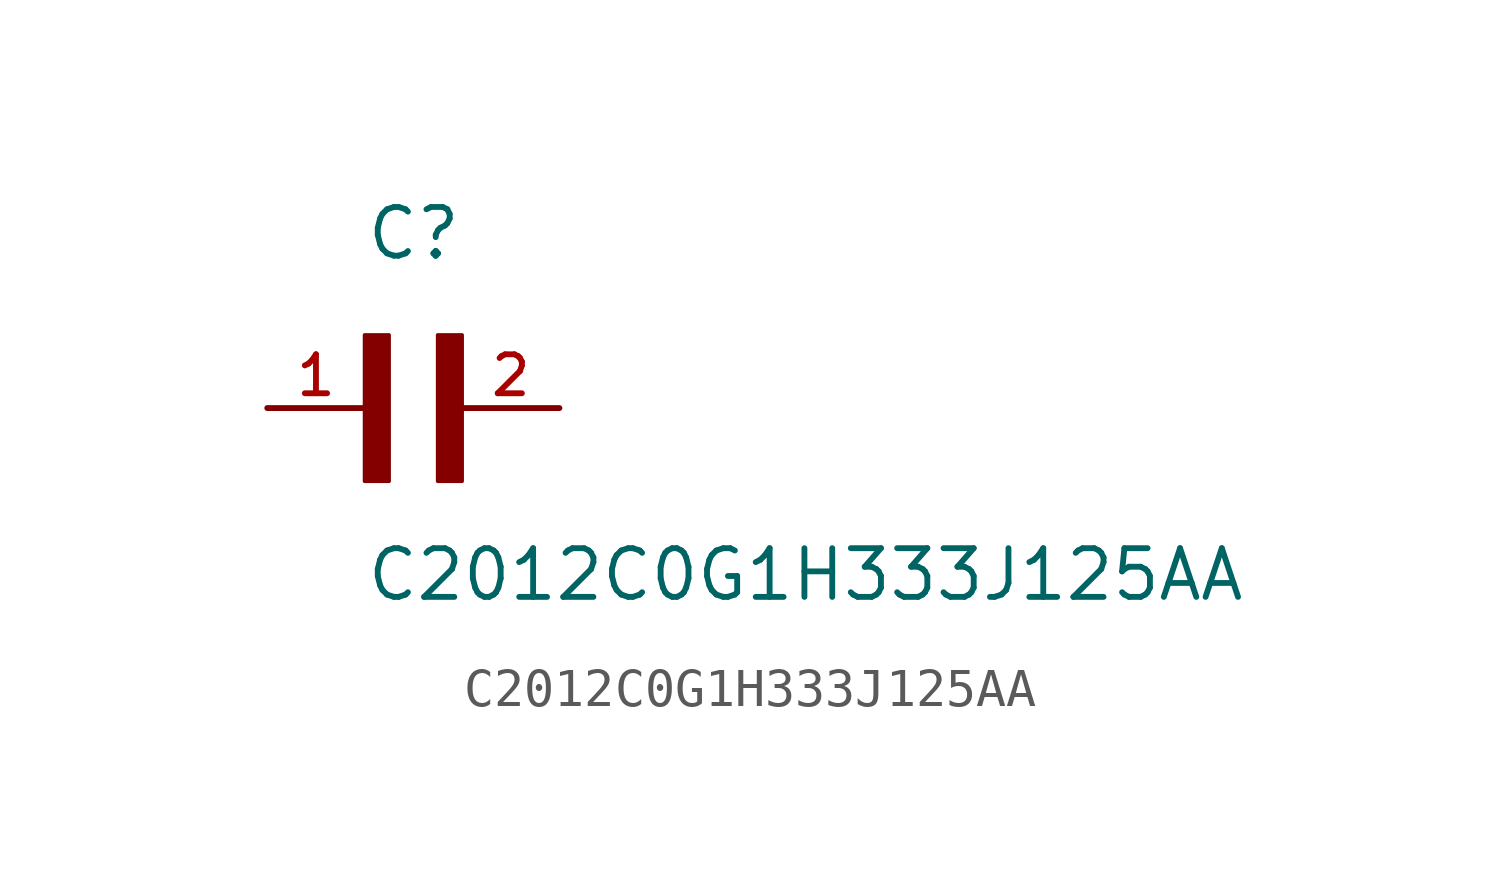
<source format=kicad_sym>
(kicad_symbol_lib
  (version 20211014)
  (generator kicad_symbol_editor)
  (symbol "C2012C0G1H333J125AA"
    (pin_names
      (offset 1.016))
    (property "Reference" "C"
      (at 0.0 3.811 0)
      (effects (font (size 1.27 1.27)) (justify bottom left)))
    (property "Value" "C2012C0G1H333J125AA"
      (at 0.0 -5.088 0)
      (effects (font (size 1.27 1.27)) (justify bottom left)))
    (symbol "C2012C0G1H333J125AA_0_0"
      (rectangle (start 0.0 -1.907) (end 0.635 1.905) (stroke (width 0.1)) (fill (type outline)))
      (rectangle (start 1.907 -1.907) (end 2.54 1.905) (stroke (width 0.1)) (fill (type outline)))
      (pin passive line (at 5.08 0.0 180.0) (length 2.54) (name "~" (effects (font (size 1.016 1.016)))) (number "2" (effects (font (size 1.016 1.016)))))
      (pin passive line (at -2.54 0.0 0) (length 2.54) (name "~" (effects (font (size 1.016 1.016)))) (number "1" (effects (font (size 1.016 1.016))))))))
</source>
